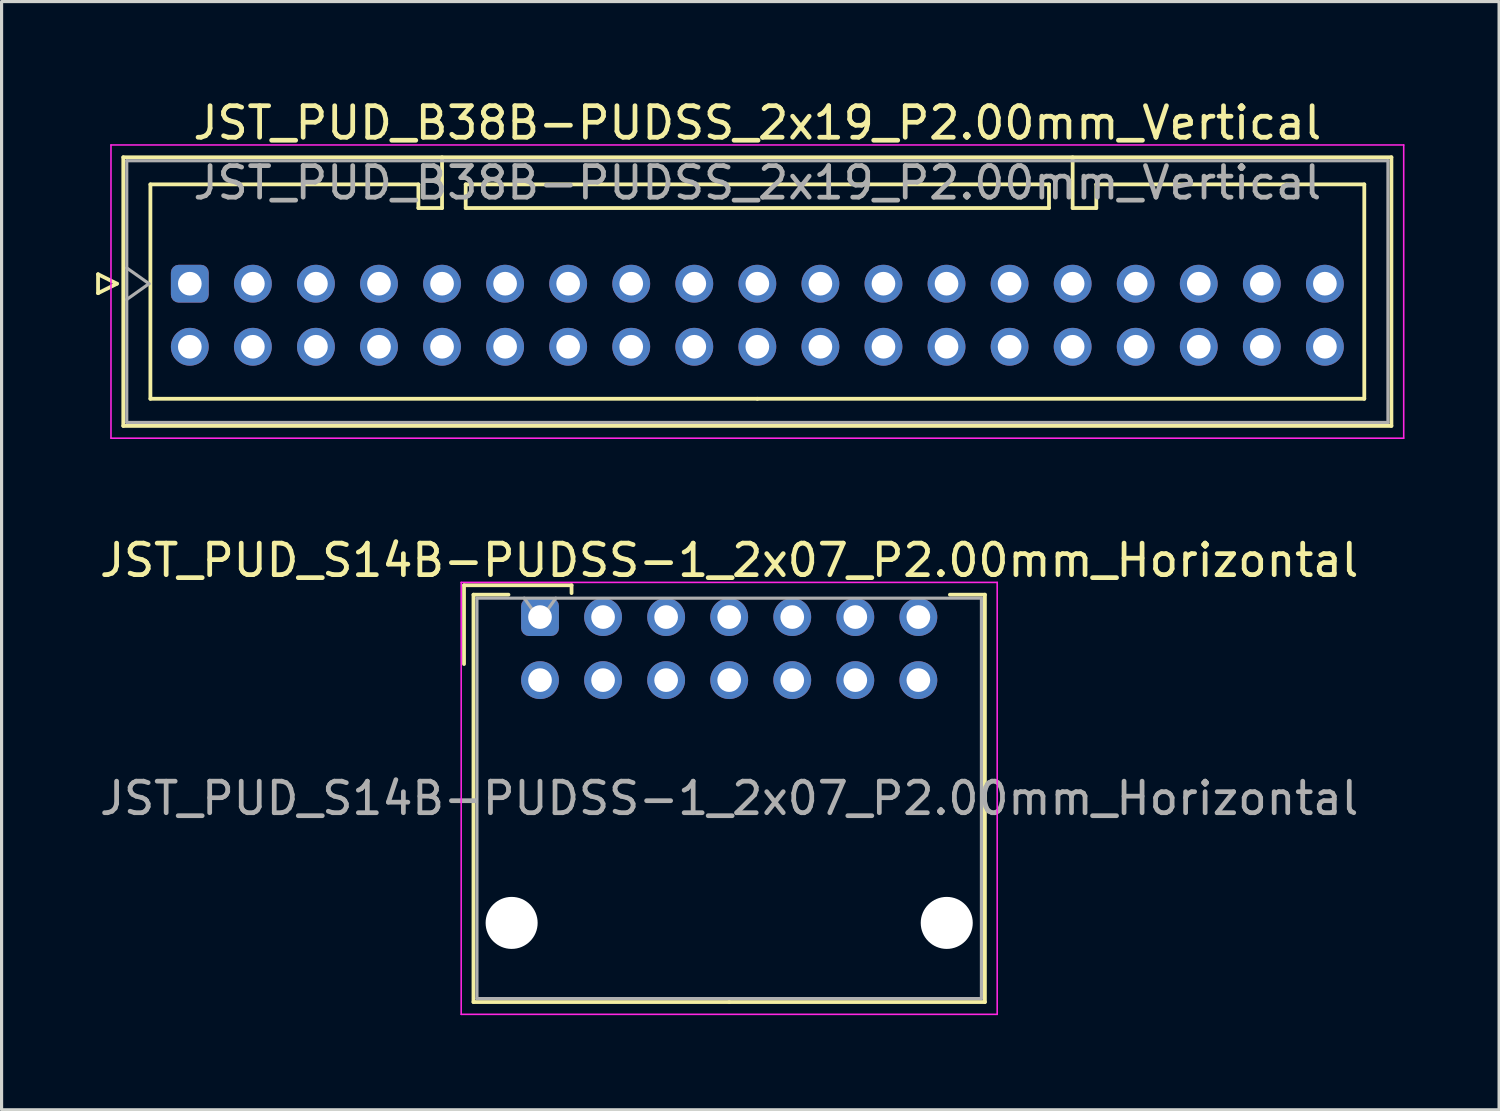
<source format=kicad_pcb>
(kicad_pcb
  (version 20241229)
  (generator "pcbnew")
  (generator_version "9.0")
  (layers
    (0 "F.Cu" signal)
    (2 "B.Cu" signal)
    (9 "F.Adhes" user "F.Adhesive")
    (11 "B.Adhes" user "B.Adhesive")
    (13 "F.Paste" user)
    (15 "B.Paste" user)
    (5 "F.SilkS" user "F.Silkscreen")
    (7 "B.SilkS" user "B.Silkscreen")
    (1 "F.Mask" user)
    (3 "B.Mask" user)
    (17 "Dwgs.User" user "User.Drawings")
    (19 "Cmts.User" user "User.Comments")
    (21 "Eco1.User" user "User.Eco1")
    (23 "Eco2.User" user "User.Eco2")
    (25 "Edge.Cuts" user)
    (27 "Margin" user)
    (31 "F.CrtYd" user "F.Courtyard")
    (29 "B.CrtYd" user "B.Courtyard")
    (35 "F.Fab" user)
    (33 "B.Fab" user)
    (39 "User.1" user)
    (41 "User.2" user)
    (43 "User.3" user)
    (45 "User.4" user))
  (footprint "JST_PUD_S14B-PUDSS-1_2x07_P2.00mm_Horizontal"
    (layer "F.Cu")
    (at 14.077 16.521)
    (property "Reference" "JST_PUD_S14B-PUDSS-1_2x07_P2.00mm_Horizontal" (at 6 -1.8 0) (layer "F.SilkS") (effects (font (size 1 1) (thickness 0.15))))
    (attr through_hole)
    (fp_line (start -2.41 -1.01) (end -2.41 1.49) (stroke (width 0.12) (type solid)) (layer "F.SilkS"))
    (fp_line (start -2.11 -0.71) (end -2.11 12.21) (stroke (width 0.12) (type solid)) (layer "F.SilkS"))
    (fp_line (start -2.11 12.21) (end 6 12.21) (stroke (width 0.12) (type solid)) (layer "F.SilkS"))
    (fp_line (start -1 -0.71) (end -2.11 -0.71) (stroke (width 0.12) (type solid)) (layer "F.SilkS"))
    (fp_line (start 1 -1.01) (end -2.41 -1.01) (stroke (width 0.12) (type solid)) (layer "F.SilkS"))
    (fp_line (start 1 -0.76) (end 1 -1.01) (stroke (width 0.12) (type solid)) (layer "F.SilkS"))
    (fp_line (start 13 -0.71) (end 14.11 -0.71) (stroke (width 0.12) (type solid)) (layer "F.SilkS"))
    (fp_line (start 14.11 -0.71) (end 14.11 12.21) (stroke (width 0.12) (type solid)) (layer "F.SilkS"))
    (fp_line (start 14.11 12.21) (end 6 12.21) (stroke (width 0.12) (type solid)) (layer "F.SilkS"))
    (fp_line (start -2.5 -1.1) (end -2.5 12.6) (stroke (width 0.05) (type solid)) (layer "F.CrtYd"))
    (fp_line (start -2.5 12.6) (end 14.5 12.6) (stroke (width 0.05) (type solid)) (layer "F.CrtYd"))
    (fp_line (start 14.5 -1.1) (end -2.5 -1.1) (stroke (width 0.05) (type solid)) (layer "F.CrtYd"))
    (fp_line (start 14.5 12.6) (end 14.5 -1.1) (stroke (width 0.05) (type solid)) (layer "F.CrtYd"))
    (fp_line (start -2 -0.6) (end -2 12.1) (stroke (width 0.1) (type solid)) (layer "F.Fab"))
    (fp_line (start -2 12.1) (end 14 12.1) (stroke (width 0.1) (type solid)) (layer "F.Fab"))
    (fp_line (start 0 0.107) (end -0.5 -0.6) (stroke (width 0.1) (type solid)) (layer "F.Fab"))
    (fp_line (start 0.5 -0.6) (end 0 0.107) (stroke (width 0.1) (type solid)) (layer "F.Fab"))
    (fp_line (start 14 -0.6) (end -2 -0.6) (stroke (width 0.1) (type solid)) (layer "F.Fab"))
    (fp_line (start 14 12.1) (end 14 -0.6) (stroke (width 0.1) (type solid)) (layer "F.Fab"))
    (fp_text user "${REFERENCE}" (at 6 5.75 0) (layer "F.Fab") (effects (font (size 1 1) (thickness 0.15))))
    (pad "" np_thru_hole circle (at -0.9 9.7) (size 1.65 1.65) (drill 1.65) (layers "*.Cu" "*.Mask"))
    (pad "" np_thru_hole circle (at 12.9 9.7) (size 1.65 1.65) (drill 1.65) (layers "*.Cu" "*.Mask"))
    (pad "1" thru_hole roundrect (at 0 0) (size 1.2 1.2) (drill 0.75) (layers "*.Cu" "*.Mask") (roundrect_rratio 0.208))
    (pad "2" thru_hole circle (at 0 2) (size 1.2 1.2) (drill 0.75) (layers "*.Cu" "*.Mask"))
    (pad "3" thru_hole circle (at 2 0) (size 1.2 1.2) (drill 0.75) (layers "*.Cu" "*.Mask"))
    (pad "4" thru_hole circle (at 2 2) (size 1.2 1.2) (drill 0.75) (layers "*.Cu" "*.Mask"))
    (pad "5" thru_hole circle (at 4 0) (size 1.2 1.2) (drill 0.75) (layers "*.Cu" "*.Mask"))
    (pad "6" thru_hole circle (at 4 2) (size 1.2 1.2) (drill 0.75) (layers "*.Cu" "*.Mask"))
    (pad "7" thru_hole circle (at 6 0) (size 1.2 1.2) (drill 0.75) (layers "*.Cu" "*.Mask"))
    (pad "8" thru_hole circle (at 6 2) (size 1.2 1.2) (drill 0.75) (layers "*.Cu" "*.Mask"))
    (pad "9" thru_hole circle (at 8 0) (size 1.2 1.2) (drill 0.75) (layers "*.Cu" "*.Mask"))
    (pad "10" thru_hole circle (at 8 2) (size 1.2 1.2) (drill 0.75) (layers "*.Cu" "*.Mask"))
    (pad "11" thru_hole circle (at 10 0) (size 1.2 1.2) (drill 0.75) (layers "*.Cu" "*.Mask"))
    (pad "12" thru_hole circle (at 10 2) (size 1.2 1.2) (drill 0.75) (layers "*.Cu" "*.Mask"))
    (pad "13" thru_hole circle (at 12 0) (size 1.2 1.2) (drill 0.75) (layers "*.Cu" "*.Mask"))
    (pad "14" thru_hole circle (at 12 2) (size 1.2 1.2) (drill 0.75) (layers "*.Cu" "*.Mask")))
  (footprint "JST_PUD_B38B-PUDSS_2x19_P2.00mm_Vertical"
    (layer "F.Cu")
    (at 2.97 5.948)
    (property "Reference" "JST_PUD_B38B-PUDSS_2x19_P2.00mm_Vertical" (at 18 -5.1 0) (layer "F.SilkS") (effects (font (size 1 1) (thickness 0.15))))
    (attr through_hole)
    (fp_line (start -2.91 -0.3) (end -2.31 0) (stroke (width 0.12) (type solid)) (layer "F.SilkS"))
    (fp_line (start -2.91 0.3) (end -2.91 -0.3) (stroke (width 0.12) (type solid)) (layer "F.SilkS"))
    (fp_line (start -2.31 0) (end -2.91 0.3) (stroke (width 0.12) (type solid)) (layer "F.SilkS"))
    (fp_line (start -2.11 -4.01) (end -2.11 4.51) (stroke (width 0.12) (type solid)) (layer "F.SilkS"))
    (fp_line (start -2.11 4.51) (end 38.11 4.51) (stroke (width 0.12) (type solid)) (layer "F.SilkS"))
    (fp_line (start -1.25 -3.15) (end -1.25 3.65) (stroke (width 0.12) (type solid)) (layer "F.SilkS"))
    (fp_line (start -1.25 3.65) (end 18 3.65) (stroke (width 0.12) (type solid)) (layer "F.SilkS"))
    (fp_line (start 7.25 -3.15) (end -1.25 -3.15) (stroke (width 0.12) (type solid)) (layer "F.SilkS"))
    (fp_line (start 7.25 -2.4) (end 7.25 -3.15) (stroke (width 0.12) (type solid)) (layer "F.SilkS"))
    (fp_line (start 8 -4.01) (end 8 -2.4) (stroke (width 0.12) (type solid)) (layer "F.SilkS"))
    (fp_line (start 8 -2.4) (end 7.25 -2.4) (stroke (width 0.12) (type solid)) (layer "F.SilkS"))
    (fp_line (start 8.75 -3.15) (end 8.75 -2.4) (stroke (width 0.12) (type solid)) (layer "F.SilkS"))
    (fp_line (start 8.75 -2.4) (end 27.25 -2.4) (stroke (width 0.12) (type solid)) (layer "F.SilkS"))
    (fp_line (start 27.25 -3.15) (end 8.75 -3.15) (stroke (width 0.12) (type solid)) (layer "F.SilkS"))
    (fp_line (start 27.25 -2.4) (end 27.25 -3.15) (stroke (width 0.12) (type solid)) (layer "F.SilkS"))
    (fp_line (start 28 -4.01) (end 28 -2.4) (stroke (width 0.12) (type solid)) (layer "F.SilkS"))
    (fp_line (start 28 -2.4) (end 28.75 -2.4) (stroke (width 0.12) (type solid)) (layer "F.SilkS"))
    (fp_line (start 28.75 -3.15) (end 37.25 -3.15) (stroke (width 0.12) (type solid)) (layer "F.SilkS"))
    (fp_line (start 28.75 -2.4) (end 28.75 -3.15) (stroke (width 0.12) (type solid)) (layer "F.SilkS"))
    (fp_line (start 37.25 -3.15) (end 37.25 3.65) (stroke (width 0.12) (type solid)) (layer "F.SilkS"))
    (fp_line (start 37.25 3.65) (end 18 3.65) (stroke (width 0.12) (type solid)) (layer "F.SilkS"))
    (fp_line (start 38.11 -4.01) (end -2.11 -4.01) (stroke (width 0.12) (type solid)) (layer "F.SilkS"))
    (fp_line (start 38.11 4.51) (end 38.11 -4.01) (stroke (width 0.12) (type solid)) (layer "F.SilkS"))
    (fp_line (start -2.5 -4.4) (end -2.5 4.9) (stroke (width 0.05) (type solid)) (layer "F.CrtYd"))
    (fp_line (start -2.5 4.9) (end 38.5 4.9) (stroke (width 0.05) (type solid)) (layer "F.CrtYd"))
    (fp_line (start 38.5 -4.4) (end -2.5 -4.4) (stroke (width 0.05) (type solid)) (layer "F.CrtYd"))
    (fp_line (start 38.5 4.9) (end 38.5 -4.4) (stroke (width 0.05) (type solid)) (layer "F.CrtYd"))
    (fp_line (start -2 -3.9) (end -2 4.4) (stroke (width 0.1) (type solid)) (layer "F.Fab"))
    (fp_line (start -2 0.5) (end -1.293 0) (stroke (width 0.1) (type solid)) (layer "F.Fab"))
    (fp_line (start -2 4.4) (end 38 4.4) (stroke (width 0.1) (type solid)) (layer "F.Fab"))
    (fp_line (start -1.293 0) (end -2 -0.5) (stroke (width 0.1) (type solid)) (layer "F.Fab"))
    (fp_line (start 38 -3.9) (end -2 -3.9) (stroke (width 0.1) (type solid)) (layer "F.Fab"))
    (fp_line (start 38 4.4) (end 38 -3.9) (stroke (width 0.1) (type solid)) (layer "F.Fab"))
    (fp_text user "${REFERENCE}" (at 18 -3.2 0) (layer "F.Fab") (effects (font (size 1 1) (thickness 0.15))))
    (pad "1" thru_hole roundrect (at 0 0) (size 1.2 1.2) (drill 0.75) (layers "*.Cu" "*.Mask") (roundrect_rratio 0.208))
    (pad "2" thru_hole circle (at 0 2) (size 1.2 1.2) (drill 0.75) (layers "*.Cu" "*.Mask"))
    (pad "3" thru_hole circle (at 2 0) (size 1.2 1.2) (drill 0.75) (layers "*.Cu" "*.Mask"))
    (pad "4" thru_hole circle (at 2 2) (size 1.2 1.2) (drill 0.75) (layers "*.Cu" "*.Mask"))
    (pad "5" thru_hole circle (at 4 0) (size 1.2 1.2) (drill 0.75) (layers "*.Cu" "*.Mask"))
    (pad "6" thru_hole circle (at 4 2) (size 1.2 1.2) (drill 0.75) (layers "*.Cu" "*.Mask"))
    (pad "7" thru_hole circle (at 6 0) (size 1.2 1.2) (drill 0.75) (layers "*.Cu" "*.Mask"))
    (pad "8" thru_hole circle (at 6 2) (size 1.2 1.2) (drill 0.75) (layers "*.Cu" "*.Mask"))
    (pad "9" thru_hole circle (at 8 0) (size 1.2 1.2) (drill 0.75) (layers "*.Cu" "*.Mask"))
    (pad "10" thru_hole circle (at 8 2) (size 1.2 1.2) (drill 0.75) (layers "*.Cu" "*.Mask"))
    (pad "11" thru_hole circle (at 10 0) (size 1.2 1.2) (drill 0.75) (layers "*.Cu" "*.Mask"))
    (pad "12" thru_hole circle (at 10 2) (size 1.2 1.2) (drill 0.75) (layers "*.Cu" "*.Mask"))
    (pad "13" thru_hole circle (at 12 0) (size 1.2 1.2) (drill 0.75) (layers "*.Cu" "*.Mask"))
    (pad "14" thru_hole circle (at 12 2) (size 1.2 1.2) (drill 0.75) (layers "*.Cu" "*.Mask"))
    (pad "15" thru_hole circle (at 14 0) (size 1.2 1.2) (drill 0.75) (layers "*.Cu" "*.Mask"))
    (pad "16" thru_hole circle (at 14 2) (size 1.2 1.2) (drill 0.75) (layers "*.Cu" "*.Mask"))
    (pad "17" thru_hole circle (at 16 0) (size 1.2 1.2) (drill 0.75) (layers "*.Cu" "*.Mask"))
    (pad "18" thru_hole circle (at 16 2) (size 1.2 1.2) (drill 0.75) (layers "*.Cu" "*.Mask"))
    (pad "19" thru_hole circle (at 18 0) (size 1.2 1.2) (drill 0.75) (layers "*.Cu" "*.Mask"))
    (pad "20" thru_hole circle (at 18 2) (size 1.2 1.2) (drill 0.75) (layers "*.Cu" "*.Mask"))
    (pad "21" thru_hole circle (at 20 0) (size 1.2 1.2) (drill 0.75) (layers "*.Cu" "*.Mask"))
    (pad "22" thru_hole circle (at 20 2) (size 1.2 1.2) (drill 0.75) (layers "*.Cu" "*.Mask"))
    (pad "23" thru_hole circle (at 22 0) (size 1.2 1.2) (drill 0.75) (layers "*.Cu" "*.Mask"))
    (pad "24" thru_hole circle (at 22 2) (size 1.2 1.2) (drill 0.75) (layers "*.Cu" "*.Mask"))
    (pad "25" thru_hole circle (at 24 0) (size 1.2 1.2) (drill 0.75) (layers "*.Cu" "*.Mask"))
    (pad "26" thru_hole circle (at 24 2) (size 1.2 1.2) (drill 0.75) (layers "*.Cu" "*.Mask"))
    (pad "27" thru_hole circle (at 26 0) (size 1.2 1.2) (drill 0.75) (layers "*.Cu" "*.Mask"))
    (pad "28" thru_hole circle (at 26 2) (size 1.2 1.2) (drill 0.75) (layers "*.Cu" "*.Mask"))
    (pad "29" thru_hole circle (at 28 0) (size 1.2 1.2) (drill 0.75) (layers "*.Cu" "*.Mask"))
    (pad "30" thru_hole circle (at 28 2) (size 1.2 1.2) (drill 0.75) (layers "*.Cu" "*.Mask"))
    (pad "31" thru_hole circle (at 30 0) (size 1.2 1.2) (drill 0.75) (layers "*.Cu" "*.Mask"))
    (pad "32" thru_hole circle (at 30 2) (size 1.2 1.2) (drill 0.75) (layers "*.Cu" "*.Mask"))
    (pad "33" thru_hole circle (at 32 0) (size 1.2 1.2) (drill 0.75) (layers "*.Cu" "*.Mask"))
    (pad "34" thru_hole circle (at 32 2) (size 1.2 1.2) (drill 0.75) (layers "*.Cu" "*.Mask"))
    (pad "35" thru_hole circle (at 34 0) (size 1.2 1.2) (drill 0.75) (layers "*.Cu" "*.Mask"))
    (pad "36" thru_hole circle (at 34 2) (size 1.2 1.2) (drill 0.75) (layers "*.Cu" "*.Mask"))
    (pad "37" thru_hole circle (at 36 0) (size 1.2 1.2) (drill 0.75) (layers "*.Cu" "*.Mask"))
    (pad "38" thru_hole circle (at 36 2) (size 1.2 1.2) (drill 0.75) (layers "*.Cu" "*.Mask")))
  (gr_rect
    (start -3 -3)
    (end 44.495 32.147)
    (stroke (width 0.1) (type default))
    (fill no)
    (layer "Edge.Cuts")))
</source>
